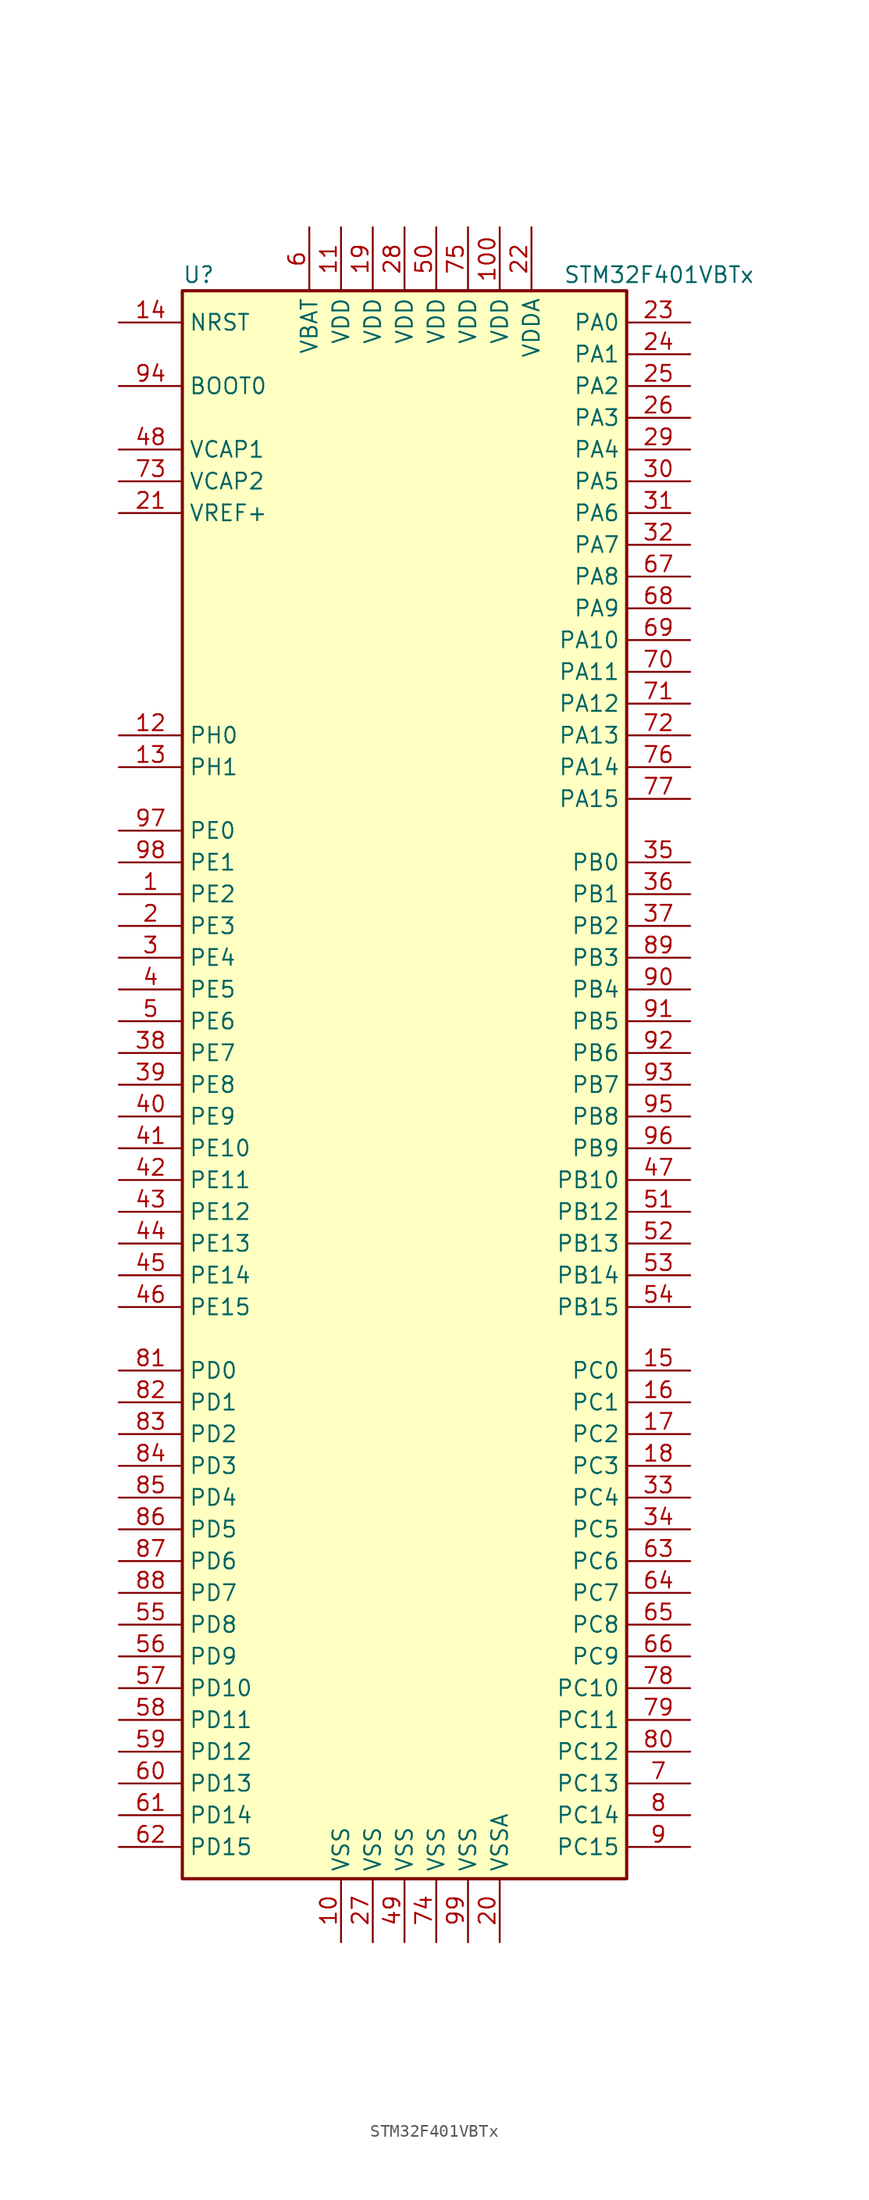
<source format=kicad_sym>
(kicad_symbol_lib
  (version 20211014)
  (generator kicad_symbol_editor)
  (symbol "STM32F401VBTx"
    (property "Reference" "U"
      (at -17.78 64.77 0)
      (effects (font (size 1.27 1.27)) (justify left)))
    (property "Value" "STM32F401VBTx"
      (at 12.7 64.77 0)
      (effects (font (size 1.27 1.27)) (justify left)))
    (symbol "STM32F401VBTx_0_1"
      (rectangle (start -17.78 -63.5) (end 17.78 63.5) (stroke (width 0.254) (type default) (color 0 0 0 0)) (fill (type background))))
    (symbol "STM32F401VBTx_1_1"
      (pin bidirectional line (at -22.86 15.24 0) (length 5.08) (name "PE2" (effects (font (size 1.27 1.27)))) (number "1" (effects (font (size 1.27 1.27)))))
      (pin power_in line (at -5.08 -68.58 90) (length 5.08) (name "VSS" (effects (font (size 1.27 1.27)))) (number "10" (effects (font (size 1.27 1.27)))))
      (pin power_in line (at 7.62 68.58 270) (length 5.08) (name "VDD" (effects (font (size 1.27 1.27)))) (number "100" (effects (font (size 1.27 1.27)))))
      (pin power_in line (at -5.08 68.58 270) (length 5.08) (name "VDD" (effects (font (size 1.27 1.27)))) (number "11" (effects (font (size 1.27 1.27)))))
      (pin input line (at -22.86 27.94 0) (length 5.08) (name "PH0" (effects (font (size 1.27 1.27)))) (number "12" (effects (font (size 1.27 1.27)))))
      (pin input line (at -22.86 25.4 0) (length 5.08) (name "PH1" (effects (font (size 1.27 1.27)))) (number "13" (effects (font (size 1.27 1.27)))))
      (pin input line (at -22.86 60.96 0) (length 5.08) (name "NRST" (effects (font (size 1.27 1.27)))) (number "14" (effects (font (size 1.27 1.27)))))
      (pin bidirectional line (at 22.86 -22.86 180) (length 5.08) (name "PC0" (effects (font (size 1.27 1.27)))) (number "15" (effects (font (size 1.27 1.27)))))
      (pin bidirectional line (at 22.86 -25.4 180) (length 5.08) (name "PC1" (effects (font (size 1.27 1.27)))) (number "16" (effects (font (size 1.27 1.27)))))
      (pin bidirectional line (at 22.86 -27.94 180) (length 5.08) (name "PC2" (effects (font (size 1.27 1.27)))) (number "17" (effects (font (size 1.27 1.27)))))
      (pin bidirectional line (at 22.86 -30.48 180) (length 5.08) (name "PC3" (effects (font (size 1.27 1.27)))) (number "18" (effects (font (size 1.27 1.27)))))
      (pin power_in line (at -2.54 68.58 270) (length 5.08) (name "VDD" (effects (font (size 1.27 1.27)))) (number "19" (effects (font (size 1.27 1.27)))))
      (pin bidirectional line (at -22.86 12.7 0) (length 5.08) (name "PE3" (effects (font (size 1.27 1.27)))) (number "2" (effects (font (size 1.27 1.27)))))
      (pin power_in line (at 7.62 -68.58 90) (length 5.08) (name "VSSA" (effects (font (size 1.27 1.27)))) (number "20" (effects (font (size 1.27 1.27)))))
      (pin power_in line (at -22.86 45.72 0) (length 5.08) (name "VREF+" (effects (font (size 1.27 1.27)))) (number "21" (effects (font (size 1.27 1.27)))))
      (pin power_in line (at 10.16 68.58 270) (length 5.08) (name "VDDA" (effects (font (size 1.27 1.27)))) (number "22" (effects (font (size 1.27 1.27)))))
      (pin bidirectional line (at 22.86 60.96 180) (length 5.08) (name "PA0" (effects (font (size 1.27 1.27)))) (number "23" (effects (font (size 1.27 1.27)))))
      (pin bidirectional line (at 22.86 58.42 180) (length 5.08) (name "PA1" (effects (font (size 1.27 1.27)))) (number "24" (effects (font (size 1.27 1.27)))))
      (pin bidirectional line (at 22.86 55.88 180) (length 5.08) (name "PA2" (effects (font (size 1.27 1.27)))) (number "25" (effects (font (size 1.27 1.27)))))
      (pin bidirectional line (at 22.86 53.34 180) (length 5.08) (name "PA3" (effects (font (size 1.27 1.27)))) (number "26" (effects (font (size 1.27 1.27)))))
      (pin power_in line (at -2.54 -68.58 90) (length 5.08) (name "VSS" (effects (font (size 1.27 1.27)))) (number "27" (effects (font (size 1.27 1.27)))))
      (pin power_in line (at 0 68.58 270) (length 5.08) (name "VDD" (effects (font (size 1.27 1.27)))) (number "28" (effects (font (size 1.27 1.27)))))
      (pin bidirectional line (at 22.86 50.8 180) (length 5.08) (name "PA4" (effects (font (size 1.27 1.27)))) (number "29" (effects (font (size 1.27 1.27)))))
      (pin bidirectional line (at -22.86 10.16 0) (length 5.08) (name "PE4" (effects (font (size 1.27 1.27)))) (number "3" (effects (font (size 1.27 1.27)))))
      (pin bidirectional line (at 22.86 48.26 180) (length 5.08) (name "PA5" (effects (font (size 1.27 1.27)))) (number "30" (effects (font (size 1.27 1.27)))))
      (pin bidirectional line (at 22.86 45.72 180) (length 5.08) (name "PA6" (effects (font (size 1.27 1.27)))) (number "31" (effects (font (size 1.27 1.27)))))
      (pin bidirectional line (at 22.86 43.18 180) (length 5.08) (name "PA7" (effects (font (size 1.27 1.27)))) (number "32" (effects (font (size 1.27 1.27)))))
      (pin bidirectional line (at 22.86 -33.02 180) (length 5.08) (name "PC4" (effects (font (size 1.27 1.27)))) (number "33" (effects (font (size 1.27 1.27)))))
      (pin bidirectional line (at 22.86 -35.56 180) (length 5.08) (name "PC5" (effects (font (size 1.27 1.27)))) (number "34" (effects (font (size 1.27 1.27)))))
      (pin bidirectional line (at 22.86 17.78 180) (length 5.08) (name "PB0" (effects (font (size 1.27 1.27)))) (number "35" (effects (font (size 1.27 1.27)))))
      (pin bidirectional line (at 22.86 15.24 180) (length 5.08) (name "PB1" (effects (font (size 1.27 1.27)))) (number "36" (effects (font (size 1.27 1.27)))))
      (pin bidirectional line (at 22.86 12.7 180) (length 5.08) (name "PB2" (effects (font (size 1.27 1.27)))) (number "37" (effects (font (size 1.27 1.27)))))
      (pin bidirectional line (at -22.86 2.54 0) (length 5.08) (name "PE7" (effects (font (size 1.27 1.27)))) (number "38" (effects (font (size 1.27 1.27)))))
      (pin bidirectional line (at -22.86 0 0) (length 5.08) (name "PE8" (effects (font (size 1.27 1.27)))) (number "39" (effects (font (size 1.27 1.27)))))
      (pin bidirectional line (at -22.86 7.62 0) (length 5.08) (name "PE5" (effects (font (size 1.27 1.27)))) (number "4" (effects (font (size 1.27 1.27)))))
      (pin bidirectional line (at -22.86 -2.54 0) (length 5.08) (name "PE9" (effects (font (size 1.27 1.27)))) (number "40" (effects (font (size 1.27 1.27)))))
      (pin bidirectional line (at -22.86 -5.08 0) (length 5.08) (name "PE10" (effects (font (size 1.27 1.27)))) (number "41" (effects (font (size 1.27 1.27)))))
      (pin bidirectional line (at -22.86 -7.62 0) (length 5.08) (name "PE11" (effects (font (size 1.27 1.27)))) (number "42" (effects (font (size 1.27 1.27)))))
      (pin bidirectional line (at -22.86 -10.16 0) (length 5.08) (name "PE12" (effects (font (size 1.27 1.27)))) (number "43" (effects (font (size 1.27 1.27)))))
      (pin bidirectional line (at -22.86 -12.7 0) (length 5.08) (name "PE13" (effects (font (size 1.27 1.27)))) (number "44" (effects (font (size 1.27 1.27)))))
      (pin bidirectional line (at -22.86 -15.24 0) (length 5.08) (name "PE14" (effects (font (size 1.27 1.27)))) (number "45" (effects (font (size 1.27 1.27)))))
      (pin bidirectional line (at -22.86 -17.78 0) (length 5.08) (name "PE15" (effects (font (size 1.27 1.27)))) (number "46" (effects (font (size 1.27 1.27)))))
      (pin bidirectional line (at 22.86 -7.62 180) (length 5.08) (name "PB10" (effects (font (size 1.27 1.27)))) (number "47" (effects (font (size 1.27 1.27)))))
      (pin power_in line (at -22.86 50.8 0) (length 5.08) (name "VCAP1" (effects (font (size 1.27 1.27)))) (number "48" (effects (font (size 1.27 1.27)))))
      (pin power_in line (at 0 -68.58 90) (length 5.08) (name "VSS" (effects (font (size 1.27 1.27)))) (number "49" (effects (font (size 1.27 1.27)))))
      (pin bidirectional line (at -22.86 5.08 0) (length 5.08) (name "PE6" (effects (font (size 1.27 1.27)))) (number "5" (effects (font (size 1.27 1.27)))))
      (pin power_in line (at 2.54 68.58 270) (length 5.08) (name "VDD" (effects (font (size 1.27 1.27)))) (number "50" (effects (font (size 1.27 1.27)))))
      (pin bidirectional line (at 22.86 -10.16 180) (length 5.08) (name "PB12" (effects (font (size 1.27 1.27)))) (number "51" (effects (font (size 1.27 1.27)))))
      (pin bidirectional line (at 22.86 -12.7 180) (length 5.08) (name "PB13" (effects (font (size 1.27 1.27)))) (number "52" (effects (font (size 1.27 1.27)))))
      (pin bidirectional line (at 22.86 -15.24 180) (length 5.08) (name "PB14" (effects (font (size 1.27 1.27)))) (number "53" (effects (font (size 1.27 1.27)))))
      (pin bidirectional line (at 22.86 -17.78 180) (length 5.08) (name "PB15" (effects (font (size 1.27 1.27)))) (number "54" (effects (font (size 1.27 1.27)))))
      (pin bidirectional line (at -22.86 -43.18 0) (length 5.08) (name "PD8" (effects (font (size 1.27 1.27)))) (number "55" (effects (font (size 1.27 1.27)))))
      (pin bidirectional line (at -22.86 -45.72 0) (length 5.08) (name "PD9" (effects (font (size 1.27 1.27)))) (number "56" (effects (font (size 1.27 1.27)))))
      (pin bidirectional line (at -22.86 -48.26 0) (length 5.08) (name "PD10" (effects (font (size 1.27 1.27)))) (number "57" (effects (font (size 1.27 1.27)))))
      (pin bidirectional line (at -22.86 -50.8 0) (length 5.08) (name "PD11" (effects (font (size 1.27 1.27)))) (number "58" (effects (font (size 1.27 1.27)))))
      (pin bidirectional line (at -22.86 -53.34 0) (length 5.08) (name "PD12" (effects (font (size 1.27 1.27)))) (number "59" (effects (font (size 1.27 1.27)))))
      (pin power_in line (at -7.62 68.58 270) (length 5.08) (name "VBAT" (effects (font (size 1.27 1.27)))) (number "6" (effects (font (size 1.27 1.27)))))
      (pin bidirectional line (at -22.86 -55.88 0) (length 5.08) (name "PD13" (effects (font (size 1.27 1.27)))) (number "60" (effects (font (size 1.27 1.27)))))
      (pin bidirectional line (at -22.86 -58.42 0) (length 5.08) (name "PD14" (effects (font (size 1.27 1.27)))) (number "61" (effects (font (size 1.27 1.27)))))
      (pin bidirectional line (at -22.86 -60.96 0) (length 5.08) (name "PD15" (effects (font (size 1.27 1.27)))) (number "62" (effects (font (size 1.27 1.27)))))
      (pin bidirectional line (at 22.86 -38.1 180) (length 5.08) (name "PC6" (effects (font (size 1.27 1.27)))) (number "63" (effects (font (size 1.27 1.27)))))
      (pin bidirectional line (at 22.86 -40.64 180) (length 5.08) (name "PC7" (effects (font (size 1.27 1.27)))) (number "64" (effects (font (size 1.27 1.27)))))
      (pin bidirectional line (at 22.86 -43.18 180) (length 5.08) (name "PC8" (effects (font (size 1.27 1.27)))) (number "65" (effects (font (size 1.27 1.27)))))
      (pin bidirectional line (at 22.86 -45.72 180) (length 5.08) (name "PC9" (effects (font (size 1.27 1.27)))) (number "66" (effects (font (size 1.27 1.27)))))
      (pin bidirectional line (at 22.86 40.64 180) (length 5.08) (name "PA8" (effects (font (size 1.27 1.27)))) (number "67" (effects (font (size 1.27 1.27)))))
      (pin bidirectional line (at 22.86 38.1 180) (length 5.08) (name "PA9" (effects (font (size 1.27 1.27)))) (number "68" (effects (font (size 1.27 1.27)))))
      (pin bidirectional line (at 22.86 35.56 180) (length 5.08) (name "PA10" (effects (font (size 1.27 1.27)))) (number "69" (effects (font (size 1.27 1.27)))))
      (pin bidirectional line (at 22.86 -55.88 180) (length 5.08) (name "PC13" (effects (font (size 1.27 1.27)))) (number "7" (effects (font (size 1.27 1.27)))))
      (pin bidirectional line (at 22.86 33.02 180) (length 5.08) (name "PA11" (effects (font (size 1.27 1.27)))) (number "70" (effects (font (size 1.27 1.27)))))
      (pin bidirectional line (at 22.86 30.48 180) (length 5.08) (name "PA12" (effects (font (size 1.27 1.27)))) (number "71" (effects (font (size 1.27 1.27)))))
      (pin bidirectional line (at 22.86 27.94 180) (length 5.08) (name "PA13" (effects (font (size 1.27 1.27)))) (number "72" (effects (font (size 1.27 1.27)))))
      (pin power_in line (at -22.86 48.26 0) (length 5.08) (name "VCAP2" (effects (font (size 1.27 1.27)))) (number "73" (effects (font (size 1.27 1.27)))))
      (pin power_in line (at 2.54 -68.58 90) (length 5.08) (name "VSS" (effects (font (size 1.27 1.27)))) (number "74" (effects (font (size 1.27 1.27)))))
      (pin power_in line (at 5.08 68.58 270) (length 5.08) (name "VDD" (effects (font (size 1.27 1.27)))) (number "75" (effects (font (size 1.27 1.27)))))
      (pin bidirectional line (at 22.86 25.4 180) (length 5.08) (name "PA14" (effects (font (size 1.27 1.27)))) (number "76" (effects (font (size 1.27 1.27)))))
      (pin bidirectional line (at 22.86 22.86 180) (length 5.08) (name "PA15" (effects (font (size 1.27 1.27)))) (number "77" (effects (font (size 1.27 1.27)))))
      (pin bidirectional line (at 22.86 -48.26 180) (length 5.08) (name "PC10" (effects (font (size 1.27 1.27)))) (number "78" (effects (font (size 1.27 1.27)))))
      (pin bidirectional line (at 22.86 -50.8 180) (length 5.08) (name "PC11" (effects (font (size 1.27 1.27)))) (number "79" (effects (font (size 1.27 1.27)))))
      (pin bidirectional line (at 22.86 -58.42 180) (length 5.08) (name "PC14" (effects (font (size 1.27 1.27)))) (number "8" (effects (font (size 1.27 1.27)))))
      (pin bidirectional line (at 22.86 -53.34 180) (length 5.08) (name "PC12" (effects (font (size 1.27 1.27)))) (number "80" (effects (font (size 1.27 1.27)))))
      (pin bidirectional line (at -22.86 -22.86 0) (length 5.08) (name "PD0" (effects (font (size 1.27 1.27)))) (number "81" (effects (font (size 1.27 1.27)))))
      (pin bidirectional line (at -22.86 -25.4 0) (length 5.08) (name "PD1" (effects (font (size 1.27 1.27)))) (number "82" (effects (font (size 1.27 1.27)))))
      (pin bidirectional line (at -22.86 -27.94 0) (length 5.08) (name "PD2" (effects (font (size 1.27 1.27)))) (number "83" (effects (font (size 1.27 1.27)))))
      (pin bidirectional line (at -22.86 -30.48 0) (length 5.08) (name "PD3" (effects (font (size 1.27 1.27)))) (number "84" (effects (font (size 1.27 1.27)))))
      (pin bidirectional line (at -22.86 -33.02 0) (length 5.08) (name "PD4" (effects (font (size 1.27 1.27)))) (number "85" (effects (font (size 1.27 1.27)))))
      (pin bidirectional line (at -22.86 -35.56 0) (length 5.08) (name "PD5" (effects (font (size 1.27 1.27)))) (number "86" (effects (font (size 1.27 1.27)))))
      (pin bidirectional line (at -22.86 -38.1 0) (length 5.08) (name "PD6" (effects (font (size 1.27 1.27)))) (number "87" (effects (font (size 1.27 1.27)))))
      (pin bidirectional line (at -22.86 -40.64 0) (length 5.08) (name "PD7" (effects (font (size 1.27 1.27)))) (number "88" (effects (font (size 1.27 1.27)))))
      (pin bidirectional line (at 22.86 10.16 180) (length 5.08) (name "PB3" (effects (font (size 1.27 1.27)))) (number "89" (effects (font (size 1.27 1.27)))))
      (pin bidirectional line (at 22.86 -60.96 180) (length 5.08) (name "PC15" (effects (font (size 1.27 1.27)))) (number "9" (effects (font (size 1.27 1.27)))))
      (pin bidirectional line (at 22.86 7.62 180) (length 5.08) (name "PB4" (effects (font (size 1.27 1.27)))) (number "90" (effects (font (size 1.27 1.27)))))
      (pin bidirectional line (at 22.86 5.08 180) (length 5.08) (name "PB5" (effects (font (size 1.27 1.27)))) (number "91" (effects (font (size 1.27 1.27)))))
      (pin bidirectional line (at 22.86 2.54 180) (length 5.08) (name "PB6" (effects (font (size 1.27 1.27)))) (number "92" (effects (font (size 1.27 1.27)))))
      (pin bidirectional line (at 22.86 0 180) (length 5.08) (name "PB7" (effects (font (size 1.27 1.27)))) (number "93" (effects (font (size 1.27 1.27)))))
      (pin input line (at -22.86 55.88 0) (length 5.08) (name "BOOT0" (effects (font (size 1.27 1.27)))) (number "94" (effects (font (size 1.27 1.27)))))
      (pin bidirectional line (at 22.86 -2.54 180) (length 5.08) (name "PB8" (effects (font (size 1.27 1.27)))) (number "95" (effects (font (size 1.27 1.27)))))
      (pin bidirectional line (at 22.86 -5.08 180) (length 5.08) (name "PB9" (effects (font (size 1.27 1.27)))) (number "96" (effects (font (size 1.27 1.27)))))
      (pin bidirectional line (at -22.86 20.32 0) (length 5.08) (name "PE0" (effects (font (size 1.27 1.27)))) (number "97" (effects (font (size 1.27 1.27)))))
      (pin bidirectional line (at -22.86 17.78 0) (length 5.08) (name "PE1" (effects (font (size 1.27 1.27)))) (number "98" (effects (font (size 1.27 1.27)))))
      (pin power_in line (at 5.08 -68.58 90) (length 5.08) (name "VSS" (effects (font (size 1.27 1.27)))) (number "99" (effects (font (size 1.27 1.27))))))))
</source>
